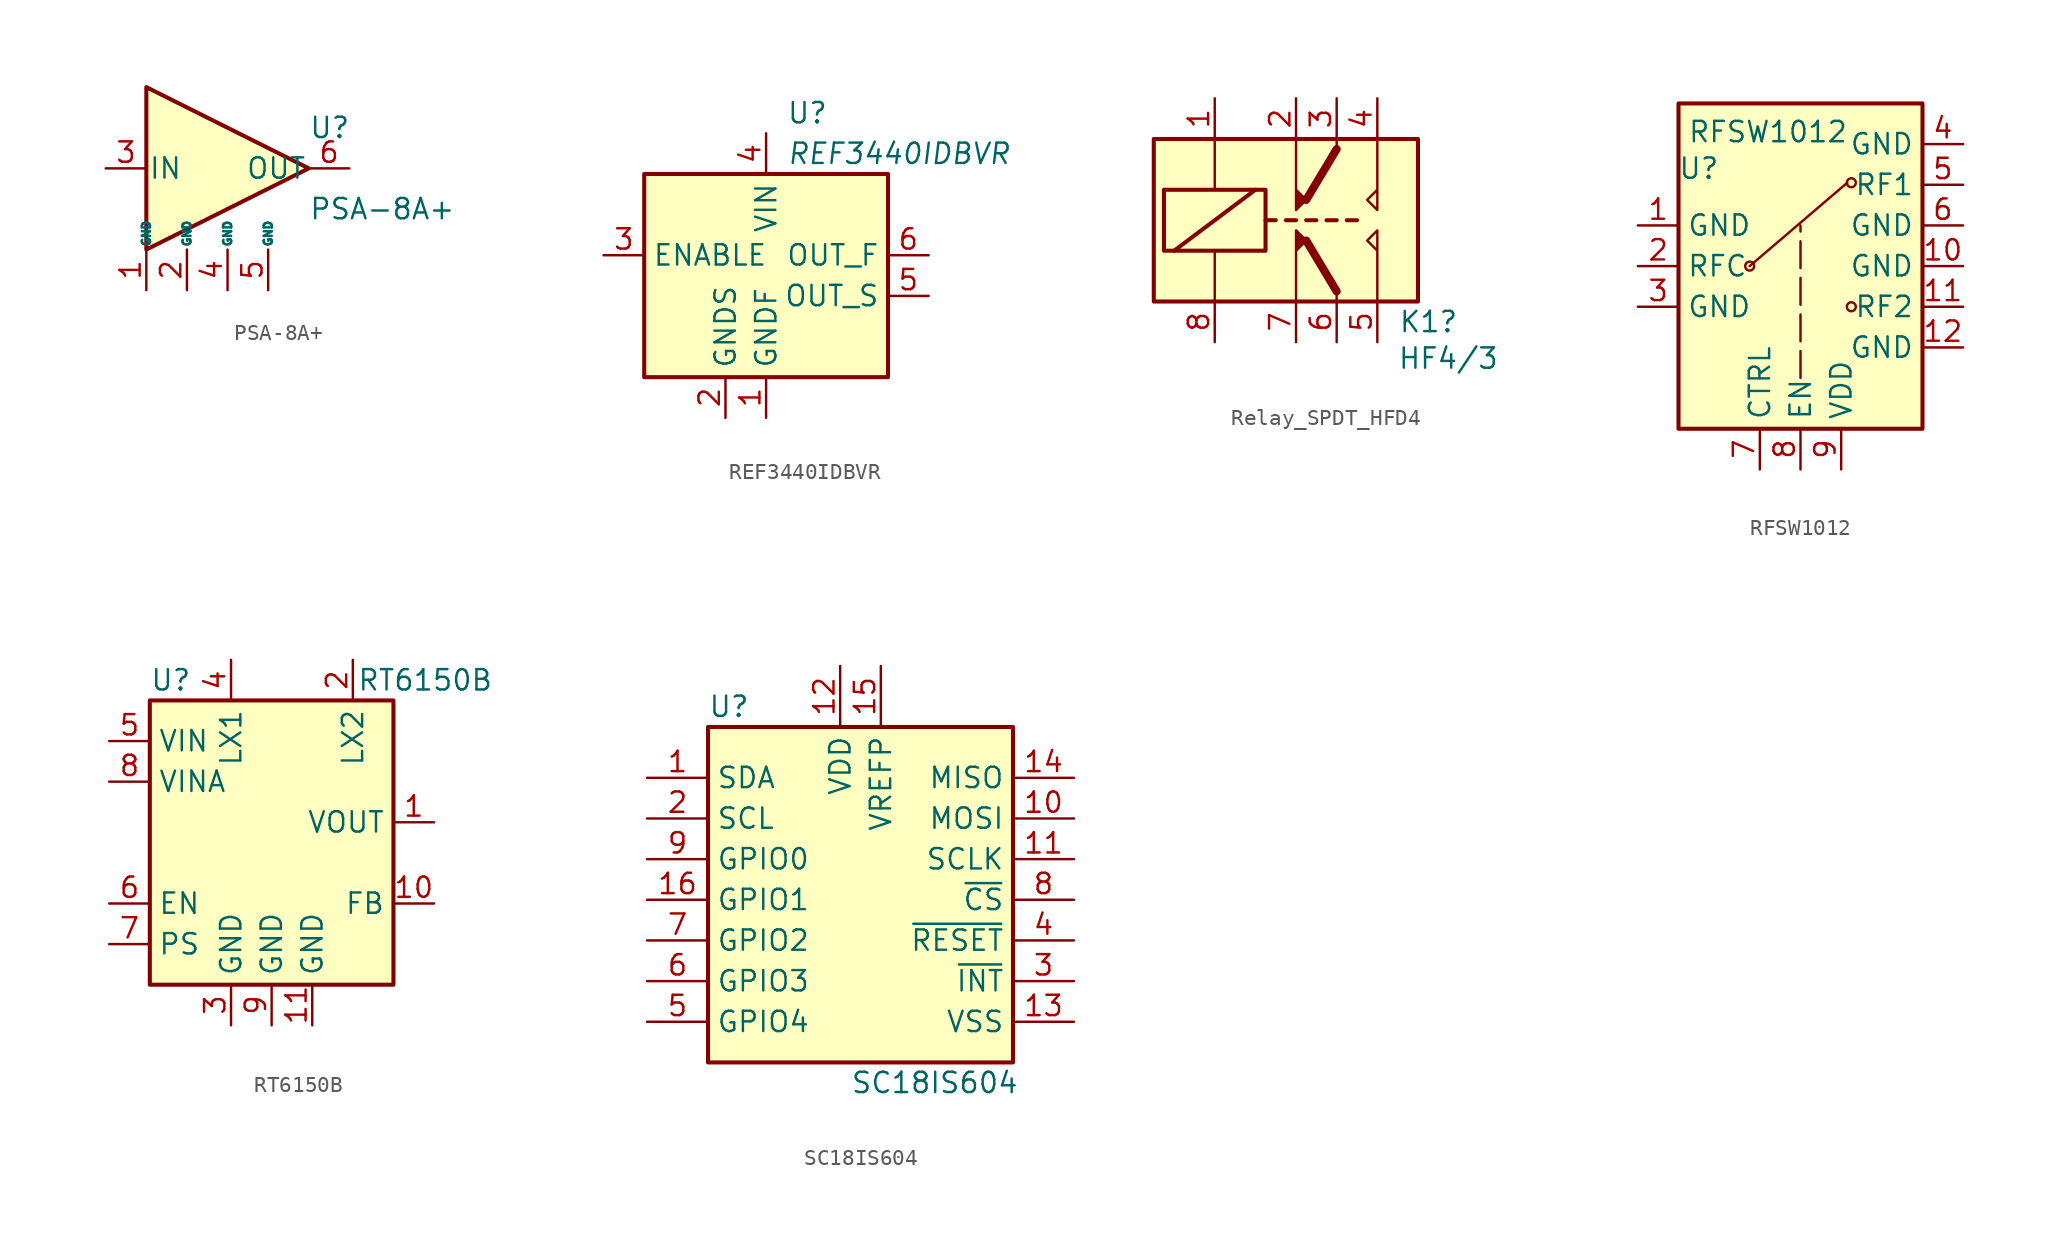
<source format=kicad_sym>
(kicad_symbol_lib
  (version 20231120)
  (generator "kicad_symbol_editor")
  (generator_version "8.0")
  (symbol "PSA-8A+"
    (pin_names
      (offset 0.127))
    (property "Reference" "U"
      (at 5.08 2.54 0)
      (effects (font (size 1.27 1.27)) (justify left)))
    (property "Value" "PSA-8A+"
      (at 5.08 -2.54 0)
      (effects (font (size 1.27 1.27)) (justify left)))
    (symbol "PSA-8A+_1_1"
      (polyline (pts (xy 5.08 0) (xy -5.08 5.08) (xy -5.08 -5.08) (xy 5.08 0)) (stroke (width 0.254) (type default)) (fill (type background)))
      (pin input line (at -5.08 -7.62 90) (length 2.54) (name "GND" (effects (font (size 0.508 0.508)))) (number "1" (effects (font (size 1.27 1.27)))))
      (pin input line (at -2.54 -7.62 90) (length 2.54) (name "GND" (effects (font (size 0.508 0.508)))) (number "2" (effects (font (size 1.27 1.27)))))
      (pin input line (at -7.62 0 0) (length 2.54) (name "IN" (effects (font (size 1.27 1.27)))) (number "3" (effects (font (size 1.27 1.27)))))
      (pin input line (at 0 -7.62 90) (length 2.54) (name "GND" (effects (font (size 0.508 0.508)))) (number "4" (effects (font (size 1.27 1.27)))))
      (pin input line (at 2.54 -7.62 90) (length 2.54) (name "GND" (effects (font (size 0.508 0.508)))) (number "5" (effects (font (size 1.27 1.27)))))
      (pin output line (at 7.62 0 180) (length 2.54) (name "OUT" (effects (font (size 1.27 1.27)))) (number "6" (effects (font (size 1.27 1.27)))))))
  (symbol "REF3440IDBVR"
    (property "Reference" "U"
      (at 1.27 8.89 0)
      (effects (font (size 1.27 1.27)) (justify left)))
    (property "Value" "REF3440IDBVR"
      (at 1.27 6.35 0)
      (effects (font (size 1.27 1.27) (italic yes)) (justify left)))
    (symbol "REF3440IDBVR_0_1"
      (rectangle (start -7.62 5.08) (end 7.62 -7.62) (stroke (width 0.254) (type default)) (fill (type background))))
    (symbol "REF3440IDBVR_1_1"
      (pin power_in line (at 0 -10.16 90) (length 2.54) (name "GNDF" (effects (font (size 1.27 1.27)))) (number "1" (effects (font (size 1.27 1.27)))))
      (pin input line (at -2.54 -10.16 90) (length 2.54) (name "GNDS" (effects (font (size 1.27 1.27)))) (number "2" (effects (font (size 1.27 1.27)))))
      (pin input line (at -10.16 0 0) (length 2.54) (name "ENABLE" (effects (font (size 1.27 1.27)))) (number "3" (effects (font (size 1.27 1.27)))))
      (pin power_in line (at 0 7.62 270) (length 2.54) (name "VIN" (effects (font (size 1.27 1.27)))) (number "4" (effects (font (size 1.27 1.27)))))
      (pin input line (at 10.16 -2.54 180) (length 2.54) (name "OUT_S" (effects (font (size 1.27 1.27)))) (number "5" (effects (font (size 1.27 1.27)))))
      (pin output line (at 10.16 0 180) (length 2.54) (name "OUT_F" (effects (font (size 1.27 1.27)))) (number "6" (effects (font (size 1.27 1.27)))))))
  (symbol "Relay_SPDT_HFD4"
    (property "Reference" "K1"
      (at 10.16 -6.35 0)
      (effects (font (size 1.27 1.27)) (justify right)))
    (property "Value" "HF4/3"
      (at 12.7 -8.636 0)
      (effects (font (size 1.27 1.27)) (justify right)))
    (symbol "Relay_SPDT_HFD4_0_0"
      (polyline (pts (xy 5.08 -5.08) (xy 5.08 -0.635) (xy 4.445 -1.27) (xy 5.08 -1.905)) (stroke (width 0) (type default)) (fill (type none)))
      (polyline (pts (xy 5.08 5.08) (xy 5.08 0.635) (xy 4.445 1.27) (xy 5.08 1.905)) (stroke (width 0) (type default)) (fill (type none))))
    (symbol "Relay_SPDT_HFD4_0_1"
      (rectangle (start -8.89 5.08) (end 7.62 -5.08) (stroke (width 0.254) (type default)) (fill (type background)))
      (rectangle (start -8.255 1.905) (end -1.905 -1.905) (stroke (width 0.254) (type default)) (fill (type none)))
      (polyline (pts (xy -7.62 -1.905) (xy -2.54 1.905)) (stroke (width 0.254) (type default)) (fill (type none)))
      (polyline (pts (xy -5.08 -5.08) (xy -5.08 -1.905)) (stroke (width 0) (type default)) (fill (type none)))
      (polyline (pts (xy -5.08 5.08) (xy -5.08 1.905)) (stroke (width 0) (type default)) (fill (type none)))
      (polyline (pts (xy -1.905 0) (xy -1.27 0)) (stroke (width 0.254) (type default)) (fill (type none)))
      (polyline (pts (xy -0.635 0) (xy 0 0)) (stroke (width 0.254) (type default)) (fill (type none)))
      (polyline (pts (xy 0.635 0) (xy 1.27 0)) (stroke (width 0.254) (type default)) (fill (type none)))
      (polyline (pts (xy 1.905 0) (xy 2.54 0)) (stroke (width 0.254) (type default)) (fill (type none)))
      (polyline (pts (xy 2.54 -4.445) (xy 0.635 -1.27)) (stroke (width 0.508) (type default)) (fill (type none)))
      (polyline (pts (xy 2.54 -4.445) (xy 2.54 -5.08)) (stroke (width 0) (type default)) (fill (type none)))
      (polyline (pts (xy 2.54 4.445) (xy 0.635 1.27)) (stroke (width 0.508) (type default)) (fill (type none)))
      (polyline (pts (xy 2.54 4.445) (xy 2.54 5.08)) (stroke (width 0) (type default)) (fill (type none)))
      (polyline (pts (xy 3.175 0) (xy 3.81 0)) (stroke (width 0.254) (type default)) (fill (type none)))
      (polyline (pts (xy 0 -5.08) (xy 0 -0.635) (xy 0.635 -1.27) (xy 0 -1.905)) (stroke (width 0) (type default)) (fill (type outline)))
      (polyline (pts (xy 0 5.08) (xy 0 0.635) (xy 0.635 1.27) (xy 0 1.905)) (stroke (width 0) (type default)) (fill (type outline))))
    (symbol "Relay_SPDT_HFD4_1_1"
      (pin passive line (at -5.08 7.62 270) (length 2.54) (name "~" (effects (font (size 1.27 1.27)))) (number "1" (effects (font (size 1.27 1.27)))))
      (pin passive line (at 0 7.62 270) (length 2.54) (name "~" (effects (font (size 1.27 1.27)))) (number "2" (effects (font (size 1.27 1.27)))))
      (pin passive line (at 2.54 7.62 270) (length 2.54) (name "~" (effects (font (size 1.27 1.27)))) (number "3" (effects (font (size 1.27 1.27)))))
      (pin passive line (at 5.08 7.62 270) (length 2.54) (name "~" (effects (font (size 1.27 1.27)))) (number "4" (effects (font (size 1.27 1.27)))))
      (pin passive line (at 5.08 -7.62 90) (length 2.54) (name "~" (effects (font (size 1.27 1.27)))) (number "5" (effects (font (size 1.27 1.27)))))
      (pin passive line (at 2.54 -7.62 90) (length 2.54) (name "~" (effects (font (size 1.27 1.27)))) (number "6" (effects (font (size 1.27 1.27)))))
      (pin passive line (at 0 -7.62 90) (length 2.54) (name "~" (effects (font (size 1.27 1.27)))) (number "7" (effects (font (size 1.27 1.27)))))
      (pin passive line (at -5.08 -7.62 90) (length 2.54) (name "~" (effects (font (size 1.27 1.27)))) (number "8" (effects (font (size 1.27 1.27)))))))
  (symbol "RFSW1012"
    (property "Reference" "U"
      (at -6.35 6.096 0)
      (effects (font (size 1.27 1.27))))
    (property "Value" "RFSW1012"
      (at -2.032 8.382 0)
      (effects (font (size 1.27 1.27))))
    (symbol "RFSW1012_0_1"
      (rectangle (start -7.62 10.16) (end 7.62 -10.16) (stroke (width 0.254) (type default)) (fill (type background)))
      (circle (center -3.175 0) (radius 0.279) (stroke (width 0) (type default)) (fill (type none)))
      (polyline (pts (xy -3.175 0) (xy 2.921 5.207)) (stroke (width 0) (type default)) (fill (type none)))
      (circle (center 3.175 -2.54) (radius 0.279) (stroke (width 0) (type default)) (fill (type none)))
      (circle (center 3.175 5.207) (radius 0.279) (stroke (width 0) (type default)) (fill (type none))))
    (symbol "RFSW1012_1_1"
      (polyline (pts (xy 0 -6.985) (xy 0 -6.985) (xy 0 2.54)) (stroke (width 0) (type dash)) (fill (type none)))
      (pin power_in line (at -10.16 2.54 0) (length 2.54) (name "GND" (effects (font (size 1.27 1.27)))) (number "1" (effects (font (size 1.27 1.27)))))
      (pin power_in line (at 10.16 0 180) (length 2.54) (name "GND" (effects (font (size 1.27 1.27)))) (number "10" (effects (font (size 1.27 1.27)))))
      (pin passive line (at 10.16 -2.54 180) (length 2.54) (name "RF2" (effects (font (size 1.27 1.27)))) (number "11" (effects (font (size 1.27 1.27)))))
      (pin power_in line (at 10.16 -5.08 180) (length 2.54) (name "GND" (effects (font (size 1.27 1.27)))) (number "12" (effects (font (size 1.27 1.27)))))
      (pin power_in line (at 10.16 -7.62 180) (length 2.54) hide (name "GND" (effects (font (size 1.27 1.27)))) (number "13" (effects (font (size 1.27 1.27)))))
      (pin passive line (at -10.16 0 0) (length 2.54) (name "RFC" (effects (font (size 1.27 1.27)))) (number "2" (effects (font (size 1.27 1.27)))))
      (pin power_in line (at -10.16 -2.54 0) (length 2.54) (name "GND" (effects (font (size 1.27 1.27)))) (number "3" (effects (font (size 1.27 1.27)))))
      (pin power_in line (at 10.16 7.62 180) (length 2.54) (name "GND" (effects (font (size 1.27 1.27)))) (number "4" (effects (font (size 1.27 1.27)))))
      (pin passive line (at 10.16 5.08 180) (length 2.54) (name "RF1" (effects (font (size 1.27 1.27)))) (number "5" (effects (font (size 1.27 1.27)))))
      (pin power_in line (at 10.16 2.54 180) (length 2.54) (name "GND" (effects (font (size 1.27 1.27)))) (number "6" (effects (font (size 1.27 1.27)))))
      (pin input line (at -2.54 -12.7 90) (length 2.54) (name "CTRL" (effects (font (size 1.27 1.27)))) (number "7" (effects (font (size 1.27 1.27)))))
      (pin input line (at 0 -12.7 90) (length 2.54) (name "EN" (effects (font (size 1.27 1.27)))) (number "8" (effects (font (size 1.27 1.27)))))
      (pin power_in line (at 2.54 -12.7 90) (length 2.54) (name "VDD" (effects (font (size 1.27 1.27)))) (number "9" (effects (font (size 1.27 1.27)))))))
  (symbol "RT6150B"
    (property "Reference" "U"
      (at -7.62 11.43 0)
      (effects (font (size 1.27 1.27)) (justify left)))
    (property "Value" "RT6150B"
      (at 5.334 11.43 0)
      (effects (font (size 1.27 1.27)) (justify left)))
    (symbol "RT6150B_0_1"
      (rectangle (start -7.62 10.16) (end 7.62 -7.62) (stroke (width 0.254) (type default)) (fill (type background))))
    (symbol "RT6150B_1_1"
      (pin output line (at 10.16 2.54 180) (length 2.54) (name "VOUT" (effects (font (size 1.27 1.27)))) (number "1" (effects (font (size 1.27 1.27)))))
      (pin input line (at 10.16 -2.54 180) (length 2.54) (name "FB" (effects (font (size 1.27 1.27)))) (number "10" (effects (font (size 1.27 1.27)))))
      (pin power_in line (at 2.54 -10.16 90) (length 2.54) (name "GND" (effects (font (size 1.27 1.27)))) (number "11" (effects (font (size 1.27 1.27)))))
      (pin power_in line (at 5.08 12.7 270) (length 2.54) (name "LX2" (effects (font (size 1.27 1.27)))) (number "2" (effects (font (size 1.27 1.27)))))
      (pin power_in line (at -2.54 -10.16 90) (length 2.54) (name "GND" (effects (font (size 1.27 1.27)))) (number "3" (effects (font (size 1.27 1.27)))))
      (pin power_in line (at -2.54 12.7 270) (length 2.54) (name "LX1" (effects (font (size 1.27 1.27)))) (number "4" (effects (font (size 1.27 1.27)))))
      (pin power_in line (at -10.16 7.62 0) (length 2.54) (name "VIN" (effects (font (size 1.27 1.27)))) (number "5" (effects (font (size 1.27 1.27)))))
      (pin input line (at -10.16 -2.54 0) (length 2.54) (name "EN" (effects (font (size 1.27 1.27)))) (number "6" (effects (font (size 1.27 1.27)))))
      (pin open_collector line (at -10.16 -5.08 0) (length 2.54) (name "PS" (effects (font (size 1.27 1.27)))) (number "7" (effects (font (size 1.27 1.27)))))
      (pin power_in line (at -10.16 5.08 0) (length 2.54) (name "VINA" (effects (font (size 1.27 1.27)))) (number "8" (effects (font (size 1.27 1.27)))))
      (pin power_in line (at 0 -10.16 90) (length 2.54) (name "GND" (effects (font (size 1.27 1.27)))) (number "9" (effects (font (size 1.27 1.27)))))))
  (symbol "SC18IS604"
    (property "Reference" "U"
      (at -8.255 9.525 0)
      (effects (font (size 1.27 1.27)) (justify left)))
    (property "Value" "SC18IS604"
      (at 0.635 -13.97 0)
      (effects (font (size 1.27 1.27)) (justify left)))
    (symbol "SC18IS604_0_1"
      (rectangle (start -8.255 8.255) (end 10.795 -12.7) (stroke (width 0.254) (type default)) (fill (type background))))
    (symbol "SC18IS604_1_1"
      (pin bidirectional line (at -12.065 5.08 0) (length 3.81) (name "SDA" (effects (font (size 1.27 1.27)))) (number "1" (effects (font (size 1.27 1.27)))))
      (pin input line (at 14.605 2.54 180) (length 3.81) (name "MOSI" (effects (font (size 1.27 1.27)))) (number "10" (effects (font (size 1.27 1.27)))))
      (pin input line (at 14.605 0 180) (length 3.81) (name "SCLK" (effects (font (size 1.27 1.27)))) (number "11" (effects (font (size 1.27 1.27)))))
      (pin power_in line (at 0 12.065 270) (length 3.81) (name "VDD" (effects (font (size 1.27 1.27)))) (number "12" (effects (font (size 1.27 1.27)))))
      (pin power_in line (at 14.605 -10.16 180) (length 3.81) (name "VSS" (effects (font (size 1.27 1.27)))) (number "13" (effects (font (size 1.27 1.27)))))
      (pin output line (at 14.605 5.08 180) (length 3.81) (name "MISO" (effects (font (size 1.27 1.27)))) (number "14" (effects (font (size 1.27 1.27)))))
      (pin input line (at 2.54 12.065 270) (length 3.81) (name "VREFP" (effects (font (size 1.27 1.27)))) (number "15" (effects (font (size 1.27 1.27)))))
      (pin bidirectional line (at -12.065 -2.54 0) (length 3.81) (name "GPIO1" (effects (font (size 1.27 1.27)))) (number "16" (effects (font (size 1.27 1.27)))))
      (pin bidirectional line (at -12.065 2.54 0) (length 3.81) (name "SCL" (effects (font (size 1.27 1.27)))) (number "2" (effects (font (size 1.27 1.27)))))
      (pin output line (at 14.605 -7.62 180) (length 3.81) (name "~{INT}" (effects (font (size 1.27 1.27)))) (number "3" (effects (font (size 1.27 1.27)))))
      (pin input line (at 14.605 -5.08 180) (length 3.81) (name "~{RESET}" (effects (font (size 1.27 1.27)))) (number "4" (effects (font (size 1.27 1.27)))))
      (pin bidirectional line (at -12.065 -10.16 0) (length 3.81) (name "GPIO4" (effects (font (size 1.27 1.27)))) (number "5" (effects (font (size 1.27 1.27)))))
      (pin bidirectional line (at -12.065 -7.62 0) (length 3.81) (name "GPIO3" (effects (font (size 1.27 1.27)))) (number "6" (effects (font (size 1.27 1.27)))))
      (pin bidirectional line (at -12.065 -5.08 0) (length 3.81) (name "GPIO2" (effects (font (size 1.27 1.27)))) (number "7" (effects (font (size 1.27 1.27)))))
      (pin input line (at 14.605 -2.54 180) (length 3.81) (name "~{CS}" (effects (font (size 1.27 1.27)))) (number "8" (effects (font (size 1.27 1.27)))))
      (pin bidirectional line (at -12.065 0 0) (length 3.81) (name "GPIO0" (effects (font (size 1.27 1.27)))) (number "9" (effects (font (size 1.27 1.27))))))))
</source>
